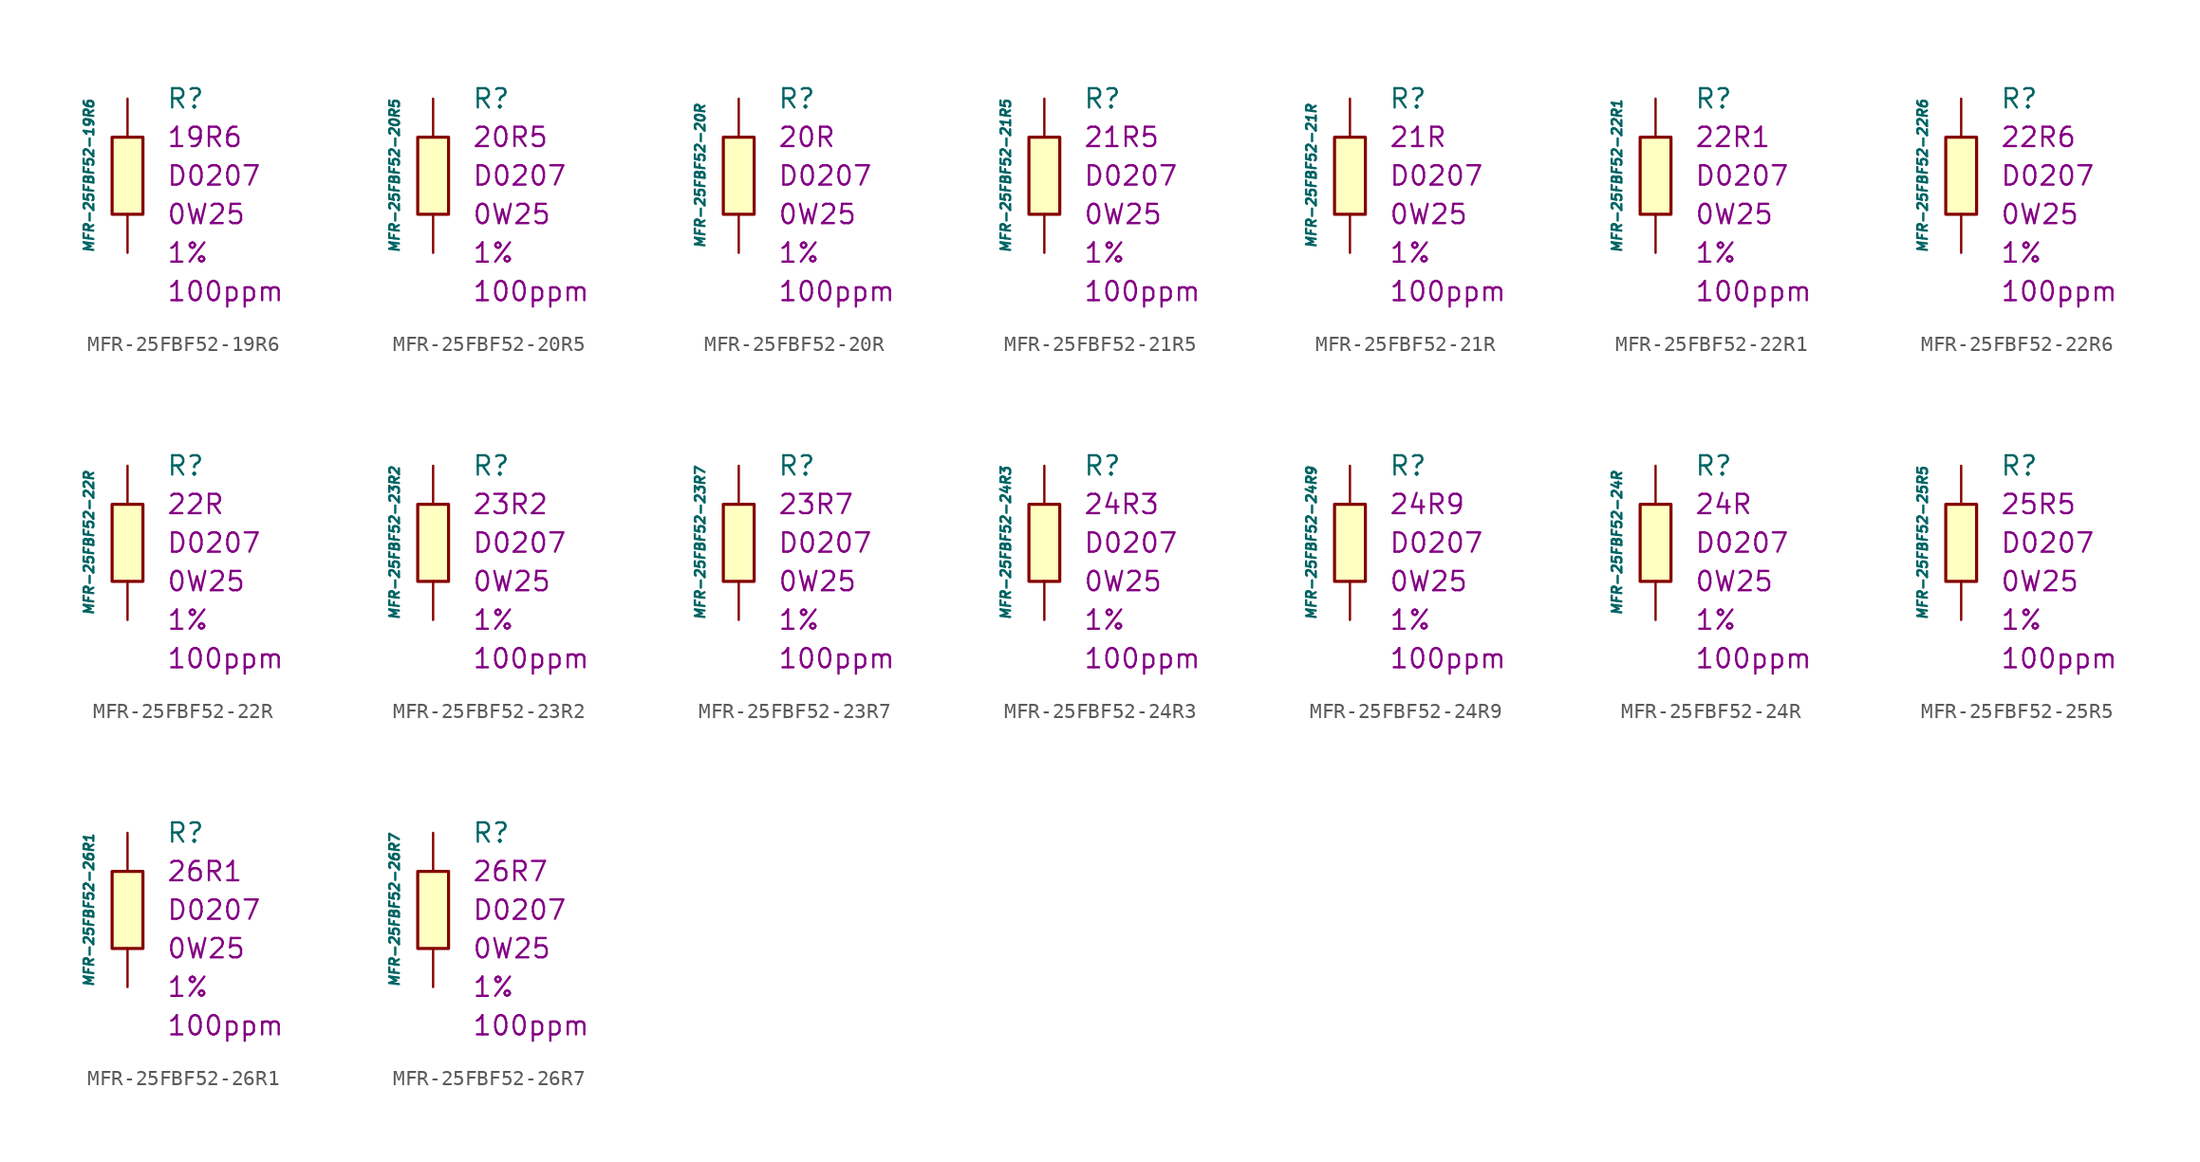
<source format=kicad_sym>
(kicad_symbol_lib
  (version 20211014)
  (generator kicad_symbol_editor)
  (symbol "MFR-25FBF52-19R6"
    (pin_numbers hide)
    (pin_names
      (offset 1.016) hide)
    (property "Reference" "R"
      (at 2.54 5.08 0)
      (effects (font (size 1.27 1.27)) (justify left)))
    (property "Value" "MFR-25FBF52-19R6"
      (at -2.54 0 90)
      (effects (font (size 0.635 0.635) italic)))
    (property "Package" "D0207"
      (at 2.54 0 0)
      (effects (font (size 1.27 1.27)) (justify left)))
    (property "Power" "0W25"
      (at 2.54 -2.54 0)
      (effects (font (size 1.27 1.27)) (justify left)))
    (property "Tolerance" "1%"
      (at 2.54 -5.08 0)
      (effects (font (size 1.27 1.27)) (justify left)))
    (property "TK" "100ppm"
      (at 2.54 -7.62 0)
      (effects (font (size 1.27 1.27)) (justify left)))
    (property "Val" "19R6"
      (at 2.54 2.54 0)
      (effects (font (size 1.27 1.27)) (justify left)))
    (symbol "MFR-25FBF52-19R6_0_1"
      (rectangle (start -1.016 2.54) (end 1.016 -2.54) (stroke (width 0.203) (type default) (color 0 0 0 0)) (fill (type background))))
    (symbol "MFR-25FBF52-19R6_1_1"
      (pin passive line (at 0 5.08 270) (length 2.54) (name "~" (effects (font (size 1.778 1.778)))) (number "1" (effects (font (size 1.778 1.778)))))
      (pin passive line (at 0 -5.08 90) (length 2.54) (name "~" (effects (font (size 1.778 1.778)))) (number "2" (effects (font (size 1.778 1.778)))))))
  (symbol "MFR-25FBF52-20R5"
    (pin_numbers hide)
    (pin_names
      (offset 1.016) hide)
    (property "Reference" "R"
      (at 2.54 5.08 0)
      (effects (font (size 1.27 1.27)) (justify left)))
    (property "Value" "MFR-25FBF52-20R5"
      (at -2.54 0 90)
      (effects (font (size 0.635 0.635) italic)))
    (property "Package" "D0207"
      (at 2.54 0 0)
      (effects (font (size 1.27 1.27)) (justify left)))
    (property "Power" "0W25"
      (at 2.54 -2.54 0)
      (effects (font (size 1.27 1.27)) (justify left)))
    (property "Tolerance" "1%"
      (at 2.54 -5.08 0)
      (effects (font (size 1.27 1.27)) (justify left)))
    (property "TK" "100ppm"
      (at 2.54 -7.62 0)
      (effects (font (size 1.27 1.27)) (justify left)))
    (property "Val" "20R5"
      (at 2.54 2.54 0)
      (effects (font (size 1.27 1.27)) (justify left)))
    (symbol "MFR-25FBF52-20R5_0_1"
      (rectangle (start -1.016 2.54) (end 1.016 -2.54) (stroke (width 0.203) (type default) (color 0 0 0 0)) (fill (type background))))
    (symbol "MFR-25FBF52-20R5_1_1"
      (pin passive line (at 0 5.08 270) (length 2.54) (name "~" (effects (font (size 1.778 1.778)))) (number "1" (effects (font (size 1.778 1.778)))))
      (pin passive line (at 0 -5.08 90) (length 2.54) (name "~" (effects (font (size 1.778 1.778)))) (number "2" (effects (font (size 1.778 1.778)))))))
  (symbol "MFR-25FBF52-20R"
    (pin_numbers hide)
    (pin_names
      (offset 1.016) hide)
    (property "Reference" "R"
      (at 2.54 5.08 0)
      (effects (font (size 1.27 1.27)) (justify left)))
    (property "Value" "MFR-25FBF52-20R"
      (at -2.54 0 90)
      (effects (font (size 0.635 0.635) italic)))
    (property "Package" "D0207"
      (at 2.54 0 0)
      (effects (font (size 1.27 1.27)) (justify left)))
    (property "Power" "0W25"
      (at 2.54 -2.54 0)
      (effects (font (size 1.27 1.27)) (justify left)))
    (property "Tolerance" "1%"
      (at 2.54 -5.08 0)
      (effects (font (size 1.27 1.27)) (justify left)))
    (property "TK" "100ppm"
      (at 2.54 -7.62 0)
      (effects (font (size 1.27 1.27)) (justify left)))
    (property "Val" "20R"
      (at 2.54 2.54 0)
      (effects (font (size 1.27 1.27)) (justify left)))
    (symbol "MFR-25FBF52-20R_0_1"
      (rectangle (start -1.016 2.54) (end 1.016 -2.54) (stroke (width 0.203) (type default) (color 0 0 0 0)) (fill (type background))))
    (symbol "MFR-25FBF52-20R_1_1"
      (pin passive line (at 0 5.08 270) (length 2.54) (name "~" (effects (font (size 1.778 1.778)))) (number "1" (effects (font (size 1.778 1.778)))))
      (pin passive line (at 0 -5.08 90) (length 2.54) (name "~" (effects (font (size 1.778 1.778)))) (number "2" (effects (font (size 1.778 1.778)))))))
  (symbol "MFR-25FBF52-21R5"
    (pin_numbers hide)
    (pin_names
      (offset 1.016) hide)
    (property "Reference" "R"
      (at 2.54 5.08 0)
      (effects (font (size 1.27 1.27)) (justify left)))
    (property "Value" "MFR-25FBF52-21R5"
      (at -2.54 0 90)
      (effects (font (size 0.635 0.635) italic)))
    (property "Package" "D0207"
      (at 2.54 0 0)
      (effects (font (size 1.27 1.27)) (justify left)))
    (property "Power" "0W25"
      (at 2.54 -2.54 0)
      (effects (font (size 1.27 1.27)) (justify left)))
    (property "Tolerance" "1%"
      (at 2.54 -5.08 0)
      (effects (font (size 1.27 1.27)) (justify left)))
    (property "TK" "100ppm"
      (at 2.54 -7.62 0)
      (effects (font (size 1.27 1.27)) (justify left)))
    (property "Val" "21R5"
      (at 2.54 2.54 0)
      (effects (font (size 1.27 1.27)) (justify left)))
    (symbol "MFR-25FBF52-21R5_0_1"
      (rectangle (start -1.016 2.54) (end 1.016 -2.54) (stroke (width 0.203) (type default) (color 0 0 0 0)) (fill (type background))))
    (symbol "MFR-25FBF52-21R5_1_1"
      (pin passive line (at 0 5.08 270) (length 2.54) (name "~" (effects (font (size 1.778 1.778)))) (number "1" (effects (font (size 1.778 1.778)))))
      (pin passive line (at 0 -5.08 90) (length 2.54) (name "~" (effects (font (size 1.778 1.778)))) (number "2" (effects (font (size 1.778 1.778)))))))
  (symbol "MFR-25FBF52-21R"
    (pin_numbers hide)
    (pin_names
      (offset 1.016) hide)
    (property "Reference" "R"
      (at 2.54 5.08 0)
      (effects (font (size 1.27 1.27)) (justify left)))
    (property "Value" "MFR-25FBF52-21R"
      (at -2.54 0 90)
      (effects (font (size 0.635 0.635) italic)))
    (property "Package" "D0207"
      (at 2.54 0 0)
      (effects (font (size 1.27 1.27)) (justify left)))
    (property "Power" "0W25"
      (at 2.54 -2.54 0)
      (effects (font (size 1.27 1.27)) (justify left)))
    (property "Tolerance" "1%"
      (at 2.54 -5.08 0)
      (effects (font (size 1.27 1.27)) (justify left)))
    (property "TK" "100ppm"
      (at 2.54 -7.62 0)
      (effects (font (size 1.27 1.27)) (justify left)))
    (property "Val" "21R"
      (at 2.54 2.54 0)
      (effects (font (size 1.27 1.27)) (justify left)))
    (symbol "MFR-25FBF52-21R_0_1"
      (rectangle (start -1.016 2.54) (end 1.016 -2.54) (stroke (width 0.203) (type default) (color 0 0 0 0)) (fill (type background))))
    (symbol "MFR-25FBF52-21R_1_1"
      (pin passive line (at 0 5.08 270) (length 2.54) (name "~" (effects (font (size 1.778 1.778)))) (number "1" (effects (font (size 1.778 1.778)))))
      (pin passive line (at 0 -5.08 90) (length 2.54) (name "~" (effects (font (size 1.778 1.778)))) (number "2" (effects (font (size 1.778 1.778)))))))
  (symbol "MFR-25FBF52-22R1"
    (pin_numbers hide)
    (pin_names
      (offset 1.016) hide)
    (property "Reference" "R"
      (at 2.54 5.08 0)
      (effects (font (size 1.27 1.27)) (justify left)))
    (property "Value" "MFR-25FBF52-22R1"
      (at -2.54 0 90)
      (effects (font (size 0.635 0.635) italic)))
    (property "Package" "D0207"
      (at 2.54 0 0)
      (effects (font (size 1.27 1.27)) (justify left)))
    (property "Power" "0W25"
      (at 2.54 -2.54 0)
      (effects (font (size 1.27 1.27)) (justify left)))
    (property "Tolerance" "1%"
      (at 2.54 -5.08 0)
      (effects (font (size 1.27 1.27)) (justify left)))
    (property "TK" "100ppm"
      (at 2.54 -7.62 0)
      (effects (font (size 1.27 1.27)) (justify left)))
    (property "Val" "22R1"
      (at 2.54 2.54 0)
      (effects (font (size 1.27 1.27)) (justify left)))
    (symbol "MFR-25FBF52-22R1_0_1"
      (rectangle (start -1.016 2.54) (end 1.016 -2.54) (stroke (width 0.203) (type default) (color 0 0 0 0)) (fill (type background))))
    (symbol "MFR-25FBF52-22R1_1_1"
      (pin passive line (at 0 5.08 270) (length 2.54) (name "~" (effects (font (size 1.778 1.778)))) (number "1" (effects (font (size 1.778 1.778)))))
      (pin passive line (at 0 -5.08 90) (length 2.54) (name "~" (effects (font (size 1.778 1.778)))) (number "2" (effects (font (size 1.778 1.778)))))))
  (symbol "MFR-25FBF52-22R6"
    (pin_numbers hide)
    (pin_names
      (offset 1.016) hide)
    (property "Reference" "R"
      (at 2.54 5.08 0)
      (effects (font (size 1.27 1.27)) (justify left)))
    (property "Value" "MFR-25FBF52-22R6"
      (at -2.54 0 90)
      (effects (font (size 0.635 0.635) italic)))
    (property "Package" "D0207"
      (at 2.54 0 0)
      (effects (font (size 1.27 1.27)) (justify left)))
    (property "Power" "0W25"
      (at 2.54 -2.54 0)
      (effects (font (size 1.27 1.27)) (justify left)))
    (property "Tolerance" "1%"
      (at 2.54 -5.08 0)
      (effects (font (size 1.27 1.27)) (justify left)))
    (property "TK" "100ppm"
      (at 2.54 -7.62 0)
      (effects (font (size 1.27 1.27)) (justify left)))
    (property "Val" "22R6"
      (at 2.54 2.54 0)
      (effects (font (size 1.27 1.27)) (justify left)))
    (symbol "MFR-25FBF52-22R6_0_1"
      (rectangle (start -1.016 2.54) (end 1.016 -2.54) (stroke (width 0.203) (type default) (color 0 0 0 0)) (fill (type background))))
    (symbol "MFR-25FBF52-22R6_1_1"
      (pin passive line (at 0 5.08 270) (length 2.54) (name "~" (effects (font (size 1.778 1.778)))) (number "1" (effects (font (size 1.778 1.778)))))
      (pin passive line (at 0 -5.08 90) (length 2.54) (name "~" (effects (font (size 1.778 1.778)))) (number "2" (effects (font (size 1.778 1.778)))))))
  (symbol "MFR-25FBF52-22R"
    (pin_numbers hide)
    (pin_names
      (offset 1.016) hide)
    (property "Reference" "R"
      (at 2.54 5.08 0)
      (effects (font (size 1.27 1.27)) (justify left)))
    (property "Value" "MFR-25FBF52-22R"
      (at -2.54 0 90)
      (effects (font (size 0.635 0.635) italic)))
    (property "Package" "D0207"
      (at 2.54 0 0)
      (effects (font (size 1.27 1.27)) (justify left)))
    (property "Power" "0W25"
      (at 2.54 -2.54 0)
      (effects (font (size 1.27 1.27)) (justify left)))
    (property "Tolerance" "1%"
      (at 2.54 -5.08 0)
      (effects (font (size 1.27 1.27)) (justify left)))
    (property "TK" "100ppm"
      (at 2.54 -7.62 0)
      (effects (font (size 1.27 1.27)) (justify left)))
    (property "Val" "22R"
      (at 2.54 2.54 0)
      (effects (font (size 1.27 1.27)) (justify left)))
    (symbol "MFR-25FBF52-22R_0_1"
      (rectangle (start -1.016 2.54) (end 1.016 -2.54) (stroke (width 0.203) (type default) (color 0 0 0 0)) (fill (type background))))
    (symbol "MFR-25FBF52-22R_1_1"
      (pin passive line (at 0 5.08 270) (length 2.54) (name "~" (effects (font (size 1.778 1.778)))) (number "1" (effects (font (size 1.778 1.778)))))
      (pin passive line (at 0 -5.08 90) (length 2.54) (name "~" (effects (font (size 1.778 1.778)))) (number "2" (effects (font (size 1.778 1.778)))))))
  (symbol "MFR-25FBF52-23R2"
    (pin_numbers hide)
    (pin_names
      (offset 1.016) hide)
    (property "Reference" "R"
      (at 2.54 5.08 0)
      (effects (font (size 1.27 1.27)) (justify left)))
    (property "Value" "MFR-25FBF52-23R2"
      (at -2.54 0 90)
      (effects (font (size 0.635 0.635) italic)))
    (property "Package" "D0207"
      (at 2.54 0 0)
      (effects (font (size 1.27 1.27)) (justify left)))
    (property "Power" "0W25"
      (at 2.54 -2.54 0)
      (effects (font (size 1.27 1.27)) (justify left)))
    (property "Tolerance" "1%"
      (at 2.54 -5.08 0)
      (effects (font (size 1.27 1.27)) (justify left)))
    (property "TK" "100ppm"
      (at 2.54 -7.62 0)
      (effects (font (size 1.27 1.27)) (justify left)))
    (property "Val" "23R2"
      (at 2.54 2.54 0)
      (effects (font (size 1.27 1.27)) (justify left)))
    (symbol "MFR-25FBF52-23R2_0_1"
      (rectangle (start -1.016 2.54) (end 1.016 -2.54) (stroke (width 0.203) (type default) (color 0 0 0 0)) (fill (type background))))
    (symbol "MFR-25FBF52-23R2_1_1"
      (pin passive line (at 0 5.08 270) (length 2.54) (name "~" (effects (font (size 1.778 1.778)))) (number "1" (effects (font (size 1.778 1.778)))))
      (pin passive line (at 0 -5.08 90) (length 2.54) (name "~" (effects (font (size 1.778 1.778)))) (number "2" (effects (font (size 1.778 1.778)))))))
  (symbol "MFR-25FBF52-23R7"
    (pin_numbers hide)
    (pin_names
      (offset 1.016) hide)
    (property "Reference" "R"
      (at 2.54 5.08 0)
      (effects (font (size 1.27 1.27)) (justify left)))
    (property "Value" "MFR-25FBF52-23R7"
      (at -2.54 0 90)
      (effects (font (size 0.635 0.635) italic)))
    (property "Package" "D0207"
      (at 2.54 0 0)
      (effects (font (size 1.27 1.27)) (justify left)))
    (property "Power" "0W25"
      (at 2.54 -2.54 0)
      (effects (font (size 1.27 1.27)) (justify left)))
    (property "Tolerance" "1%"
      (at 2.54 -5.08 0)
      (effects (font (size 1.27 1.27)) (justify left)))
    (property "TK" "100ppm"
      (at 2.54 -7.62 0)
      (effects (font (size 1.27 1.27)) (justify left)))
    (property "Val" "23R7"
      (at 2.54 2.54 0)
      (effects (font (size 1.27 1.27)) (justify left)))
    (symbol "MFR-25FBF52-23R7_0_1"
      (rectangle (start -1.016 2.54) (end 1.016 -2.54) (stroke (width 0.203) (type default) (color 0 0 0 0)) (fill (type background))))
    (symbol "MFR-25FBF52-23R7_1_1"
      (pin passive line (at 0 5.08 270) (length 2.54) (name "~" (effects (font (size 1.778 1.778)))) (number "1" (effects (font (size 1.778 1.778)))))
      (pin passive line (at 0 -5.08 90) (length 2.54) (name "~" (effects (font (size 1.778 1.778)))) (number "2" (effects (font (size 1.778 1.778)))))))
  (symbol "MFR-25FBF52-24R3"
    (pin_numbers hide)
    (pin_names
      (offset 1.016) hide)
    (property "Reference" "R"
      (at 2.54 5.08 0)
      (effects (font (size 1.27 1.27)) (justify left)))
    (property "Value" "MFR-25FBF52-24R3"
      (at -2.54 0 90)
      (effects (font (size 0.635 0.635) italic)))
    (property "Package" "D0207"
      (at 2.54 0 0)
      (effects (font (size 1.27 1.27)) (justify left)))
    (property "Power" "0W25"
      (at 2.54 -2.54 0)
      (effects (font (size 1.27 1.27)) (justify left)))
    (property "Tolerance" "1%"
      (at 2.54 -5.08 0)
      (effects (font (size 1.27 1.27)) (justify left)))
    (property "TK" "100ppm"
      (at 2.54 -7.62 0)
      (effects (font (size 1.27 1.27)) (justify left)))
    (property "Val" "24R3"
      (at 2.54 2.54 0)
      (effects (font (size 1.27 1.27)) (justify left)))
    (symbol "MFR-25FBF52-24R3_0_1"
      (rectangle (start -1.016 2.54) (end 1.016 -2.54) (stroke (width 0.203) (type default) (color 0 0 0 0)) (fill (type background))))
    (symbol "MFR-25FBF52-24R3_1_1"
      (pin passive line (at 0 5.08 270) (length 2.54) (name "~" (effects (font (size 1.778 1.778)))) (number "1" (effects (font (size 1.778 1.778)))))
      (pin passive line (at 0 -5.08 90) (length 2.54) (name "~" (effects (font (size 1.778 1.778)))) (number "2" (effects (font (size 1.778 1.778)))))))
  (symbol "MFR-25FBF52-24R9"
    (pin_numbers hide)
    (pin_names
      (offset 1.016) hide)
    (property "Reference" "R"
      (at 2.54 5.08 0)
      (effects (font (size 1.27 1.27)) (justify left)))
    (property "Value" "MFR-25FBF52-24R9"
      (at -2.54 0 90)
      (effects (font (size 0.635 0.635) italic)))
    (property "Package" "D0207"
      (at 2.54 0 0)
      (effects (font (size 1.27 1.27)) (justify left)))
    (property "Power" "0W25"
      (at 2.54 -2.54 0)
      (effects (font (size 1.27 1.27)) (justify left)))
    (property "Tolerance" "1%"
      (at 2.54 -5.08 0)
      (effects (font (size 1.27 1.27)) (justify left)))
    (property "TK" "100ppm"
      (at 2.54 -7.62 0)
      (effects (font (size 1.27 1.27)) (justify left)))
    (property "Val" "24R9"
      (at 2.54 2.54 0)
      (effects (font (size 1.27 1.27)) (justify left)))
    (symbol "MFR-25FBF52-24R9_0_1"
      (rectangle (start -1.016 2.54) (end 1.016 -2.54) (stroke (width 0.203) (type default) (color 0 0 0 0)) (fill (type background))))
    (symbol "MFR-25FBF52-24R9_1_1"
      (pin passive line (at 0 5.08 270) (length 2.54) (name "~" (effects (font (size 1.778 1.778)))) (number "1" (effects (font (size 1.778 1.778)))))
      (pin passive line (at 0 -5.08 90) (length 2.54) (name "~" (effects (font (size 1.778 1.778)))) (number "2" (effects (font (size 1.778 1.778)))))))
  (symbol "MFR-25FBF52-24R"
    (pin_numbers hide)
    (pin_names
      (offset 1.016) hide)
    (property "Reference" "R"
      (at 2.54 5.08 0)
      (effects (font (size 1.27 1.27)) (justify left)))
    (property "Value" "MFR-25FBF52-24R"
      (at -2.54 0 90)
      (effects (font (size 0.635 0.635) italic)))
    (property "Package" "D0207"
      (at 2.54 0 0)
      (effects (font (size 1.27 1.27)) (justify left)))
    (property "Power" "0W25"
      (at 2.54 -2.54 0)
      (effects (font (size 1.27 1.27)) (justify left)))
    (property "Tolerance" "1%"
      (at 2.54 -5.08 0)
      (effects (font (size 1.27 1.27)) (justify left)))
    (property "TK" "100ppm"
      (at 2.54 -7.62 0)
      (effects (font (size 1.27 1.27)) (justify left)))
    (property "Val" "24R"
      (at 2.54 2.54 0)
      (effects (font (size 1.27 1.27)) (justify left)))
    (symbol "MFR-25FBF52-24R_0_1"
      (rectangle (start -1.016 2.54) (end 1.016 -2.54) (stroke (width 0.203) (type default) (color 0 0 0 0)) (fill (type background))))
    (symbol "MFR-25FBF52-24R_1_1"
      (pin passive line (at 0 5.08 270) (length 2.54) (name "~" (effects (font (size 1.778 1.778)))) (number "1" (effects (font (size 1.778 1.778)))))
      (pin passive line (at 0 -5.08 90) (length 2.54) (name "~" (effects (font (size 1.778 1.778)))) (number "2" (effects (font (size 1.778 1.778)))))))
  (symbol "MFR-25FBF52-25R5"
    (pin_numbers hide)
    (pin_names
      (offset 1.016) hide)
    (property "Reference" "R"
      (at 2.54 5.08 0)
      (effects (font (size 1.27 1.27)) (justify left)))
    (property "Value" "MFR-25FBF52-25R5"
      (at -2.54 0 90)
      (effects (font (size 0.635 0.635) italic)))
    (property "Package" "D0207"
      (at 2.54 0 0)
      (effects (font (size 1.27 1.27)) (justify left)))
    (property "Power" "0W25"
      (at 2.54 -2.54 0)
      (effects (font (size 1.27 1.27)) (justify left)))
    (property "Tolerance" "1%"
      (at 2.54 -5.08 0)
      (effects (font (size 1.27 1.27)) (justify left)))
    (property "TK" "100ppm"
      (at 2.54 -7.62 0)
      (effects (font (size 1.27 1.27)) (justify left)))
    (property "Val" "25R5"
      (at 2.54 2.54 0)
      (effects (font (size 1.27 1.27)) (justify left)))
    (symbol "MFR-25FBF52-25R5_0_1"
      (rectangle (start -1.016 2.54) (end 1.016 -2.54) (stroke (width 0.203) (type default) (color 0 0 0 0)) (fill (type background))))
    (symbol "MFR-25FBF52-25R5_1_1"
      (pin passive line (at 0 5.08 270) (length 2.54) (name "~" (effects (font (size 1.778 1.778)))) (number "1" (effects (font (size 1.778 1.778)))))
      (pin passive line (at 0 -5.08 90) (length 2.54) (name "~" (effects (font (size 1.778 1.778)))) (number "2" (effects (font (size 1.778 1.778)))))))
  (symbol "MFR-25FBF52-26R1"
    (pin_numbers hide)
    (pin_names
      (offset 1.016) hide)
    (property "Reference" "R"
      (at 2.54 5.08 0)
      (effects (font (size 1.27 1.27)) (justify left)))
    (property "Value" "MFR-25FBF52-26R1"
      (at -2.54 0 90)
      (effects (font (size 0.635 0.635) italic)))
    (property "Package" "D0207"
      (at 2.54 0 0)
      (effects (font (size 1.27 1.27)) (justify left)))
    (property "Power" "0W25"
      (at 2.54 -2.54 0)
      (effects (font (size 1.27 1.27)) (justify left)))
    (property "Tolerance" "1%"
      (at 2.54 -5.08 0)
      (effects (font (size 1.27 1.27)) (justify left)))
    (property "TK" "100ppm"
      (at 2.54 -7.62 0)
      (effects (font (size 1.27 1.27)) (justify left)))
    (property "Val" "26R1"
      (at 2.54 2.54 0)
      (effects (font (size 1.27 1.27)) (justify left)))
    (symbol "MFR-25FBF52-26R1_0_1"
      (rectangle (start -1.016 2.54) (end 1.016 -2.54) (stroke (width 0.203) (type default) (color 0 0 0 0)) (fill (type background))))
    (symbol "MFR-25FBF52-26R1_1_1"
      (pin passive line (at 0 5.08 270) (length 2.54) (name "~" (effects (font (size 1.778 1.778)))) (number "1" (effects (font (size 1.778 1.778)))))
      (pin passive line (at 0 -5.08 90) (length 2.54) (name "~" (effects (font (size 1.778 1.778)))) (number "2" (effects (font (size 1.778 1.778)))))))
  (symbol "MFR-25FBF52-26R7"
    (pin_numbers hide)
    (pin_names
      (offset 1.016) hide)
    (property "Reference" "R"
      (at 2.54 5.08 0)
      (effects (font (size 1.27 1.27)) (justify left)))
    (property "Value" "MFR-25FBF52-26R7"
      (at -2.54 0 90)
      (effects (font (size 0.635 0.635) italic)))
    (property "Package" "D0207"
      (at 2.54 0 0)
      (effects (font (size 1.27 1.27)) (justify left)))
    (property "Power" "0W25"
      (at 2.54 -2.54 0)
      (effects (font (size 1.27 1.27)) (justify left)))
    (property "Tolerance" "1%"
      (at 2.54 -5.08 0)
      (effects (font (size 1.27 1.27)) (justify left)))
    (property "TK" "100ppm"
      (at 2.54 -7.62 0)
      (effects (font (size 1.27 1.27)) (justify left)))
    (property "Val" "26R7"
      (at 2.54 2.54 0)
      (effects (font (size 1.27 1.27)) (justify left)))
    (symbol "MFR-25FBF52-26R7_0_1"
      (rectangle (start -1.016 2.54) (end 1.016 -2.54) (stroke (width 0.203) (type default) (color 0 0 0 0)) (fill (type background))))
    (symbol "MFR-25FBF52-26R7_1_1"
      (pin passive line (at 0 5.08 270) (length 2.54) (name "~" (effects (font (size 1.778 1.778)))) (number "1" (effects (font (size 1.778 1.778)))))
      (pin passive line (at 0 -5.08 90) (length 2.54) (name "~" (effects (font (size 1.778 1.778)))) (number "2" (effects (font (size 1.778 1.778))))))))
</source>
